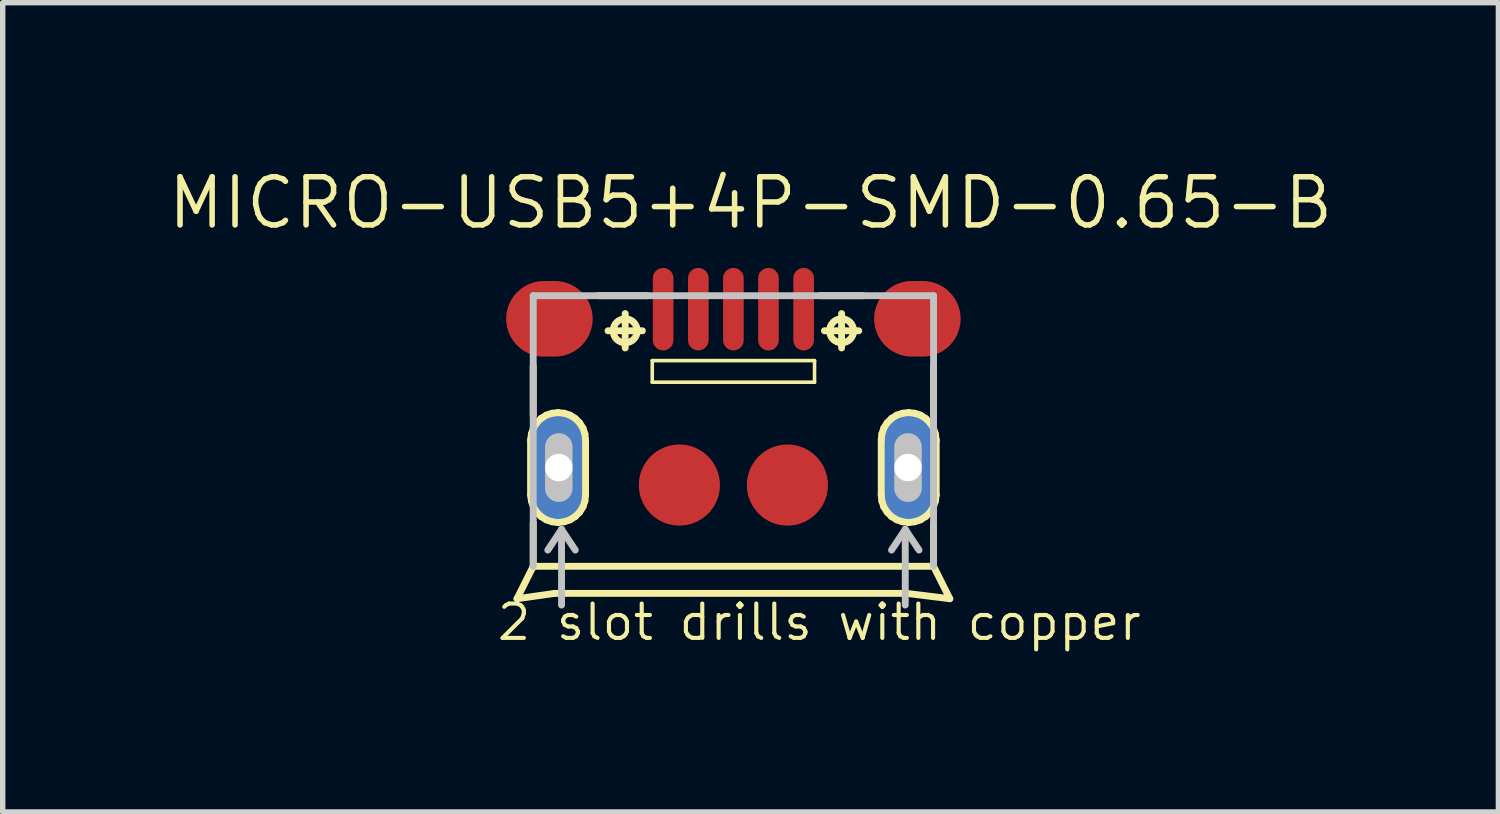
<source format=kicad_pcb>
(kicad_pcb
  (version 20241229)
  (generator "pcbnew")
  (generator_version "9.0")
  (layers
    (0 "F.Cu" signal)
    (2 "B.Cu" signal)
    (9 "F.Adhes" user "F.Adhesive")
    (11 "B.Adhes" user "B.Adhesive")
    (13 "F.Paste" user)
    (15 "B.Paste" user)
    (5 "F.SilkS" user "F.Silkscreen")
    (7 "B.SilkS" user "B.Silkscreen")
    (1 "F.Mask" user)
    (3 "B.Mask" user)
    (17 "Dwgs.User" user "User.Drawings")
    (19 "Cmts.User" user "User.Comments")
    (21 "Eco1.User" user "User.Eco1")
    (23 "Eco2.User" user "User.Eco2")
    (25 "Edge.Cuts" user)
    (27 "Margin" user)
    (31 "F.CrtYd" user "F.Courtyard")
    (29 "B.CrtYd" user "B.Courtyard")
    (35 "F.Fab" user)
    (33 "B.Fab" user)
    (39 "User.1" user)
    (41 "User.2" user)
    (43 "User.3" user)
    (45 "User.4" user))
  (footprint "MICRO-USB5+4P-SMD-0.65-B"
    (layer "F.Cu")
    (at 10.499 2.413)
    (property "Reference" "MICRO-USB5+4P-SMD-0.65-B" (at 0.318 -1.714 0) (layer "F.SilkS") (effects (font (size 0.889 0.889) (thickness 0.102))))
    (attr smd)
    (fp_line (start -3.747 2.667) (end -3.731 2.553) (stroke (width 0.127) (type solid)) (layer "F.SilkS"))
    (fp_line (start -3.747 3.683) (end -3.747 2.667) (stroke (width 0.127) (type solid)) (layer "F.SilkS"))
    (fp_line (start -3.731 2.553) (end -3.696 2.446) (stroke (width 0.127) (type solid)) (layer "F.SilkS"))
    (fp_line (start -3.731 3.795) (end -3.747 3.683) (stroke (width 0.127) (type solid)) (layer "F.SilkS"))
    (fp_line (start -3.698 2.2) (end -3.698 1.298) (stroke (width 0.127) (type solid)) (layer "F.SilkS"))
    (fp_line (start -3.698 4.999) (end -3.998 5.598) (stroke (width 0.127) (type solid)) (layer "F.SilkS"))
    (fp_line (start -3.698 4.999) (end -3.698 4.199) (stroke (width 0.127) (type solid)) (layer "F.SilkS"))
    (fp_line (start -3.698 4.999) (end 3.698 4.999) (stroke (width 0.127) (type solid)) (layer "F.SilkS"))
    (fp_line (start -3.696 2.446) (end -3.635 2.349) (stroke (width 0.127) (type solid)) (layer "F.SilkS"))
    (fp_line (start -3.696 3.901) (end -3.731 3.795) (stroke (width 0.127) (type solid)) (layer "F.SilkS"))
    (fp_line (start -3.635 2.349) (end -3.553 2.268) (stroke (width 0.127) (type solid)) (layer "F.SilkS"))
    (fp_line (start -3.635 3.998) (end -3.696 3.901) (stroke (width 0.127) (type solid)) (layer "F.SilkS"))
    (fp_line (start -3.553 2.268) (end -3.457 2.207) (stroke (width 0.127) (type solid)) (layer "F.SilkS"))
    (fp_line (start -3.553 4.079) (end -3.635 3.998) (stroke (width 0.127) (type solid)) (layer "F.SilkS"))
    (fp_line (start -3.457 2.207) (end -3.35 2.172) (stroke (width 0.127) (type solid)) (layer "F.SilkS"))
    (fp_line (start -3.457 4.14) (end -3.553 4.079) (stroke (width 0.127) (type solid)) (layer "F.SilkS"))
    (fp_line (start -3.35 2.172) (end -3.239 2.159) (stroke (width 0.127) (type solid)) (layer "F.SilkS"))
    (fp_line (start -3.35 4.176) (end -3.457 4.14) (stroke (width 0.127) (type solid)) (layer "F.SilkS"))
    (fp_line (start -3.299 5.499) (end -3.998 5.598) (stroke (width 0.127) (type solid)) (layer "F.SilkS"))
    (fp_line (start -3.299 5.499) (end 3.198 5.499) (stroke (width 0.127) (type solid)) (layer "F.SilkS"))
    (fp_line (start -3.239 2.159) (end -3.124 2.172) (stroke (width 0.127) (type solid)) (layer "F.SilkS"))
    (fp_line (start -3.239 4.191) (end -3.35 4.176) (stroke (width 0.127) (type solid)) (layer "F.SilkS"))
    (fp_line (start -3.124 2.172) (end -3.018 2.207) (stroke (width 0.127) (type solid)) (layer "F.SilkS"))
    (fp_line (start -3.124 4.176) (end -3.239 4.191) (stroke (width 0.127) (type solid)) (layer "F.SilkS"))
    (fp_line (start -3.018 2.207) (end -2.921 2.268) (stroke (width 0.127) (type solid)) (layer "F.SilkS"))
    (fp_line (start -3.018 4.14) (end -3.124 4.176) (stroke (width 0.127) (type solid)) (layer "F.SilkS"))
    (fp_line (start -2.921 2.268) (end -2.84 2.349) (stroke (width 0.127) (type solid)) (layer "F.SilkS"))
    (fp_line (start -2.921 4.079) (end -3.018 4.14) (stroke (width 0.127) (type solid)) (layer "F.SilkS"))
    (fp_line (start -2.84 2.349) (end -2.779 2.446) (stroke (width 0.127) (type solid)) (layer "F.SilkS"))
    (fp_line (start -2.84 3.998) (end -2.921 4.079) (stroke (width 0.127) (type solid)) (layer "F.SilkS"))
    (fp_line (start -2.779 2.446) (end -2.743 2.553) (stroke (width 0.127) (type solid)) (layer "F.SilkS"))
    (fp_line (start -2.779 3.901) (end -2.84 3.998) (stroke (width 0.127) (type solid)) (layer "F.SilkS"))
    (fp_line (start -2.743 2.553) (end -2.731 2.667) (stroke (width 0.127) (type solid)) (layer "F.SilkS"))
    (fp_line (start -2.743 3.795) (end -2.779 3.901) (stroke (width 0.127) (type solid)) (layer "F.SilkS"))
    (fp_line (start -2.731 2.667) (end -2.731 3.683) (stroke (width 0.127) (type solid)) (layer "F.SilkS"))
    (fp_line (start -2.731 3.683) (end -2.743 3.795) (stroke (width 0.127) (type solid)) (layer "F.SilkS"))
    (fp_line (start -2.499 0) (end -1.598 0) (stroke (width 0.127) (type solid)) (layer "F.SilkS"))
    (fp_line (start -2.316 0.648) (end -1.681 0.648) (stroke (width 0.127) (type solid)) (layer "F.SilkS"))
    (fp_line (start -1.999 0.965) (end -1.999 0.33) (stroke (width 0.127) (type solid)) (layer "F.SilkS"))
    (fp_line (start -1.499 1.199) (end 1.499 1.199) (stroke (width 0.066) (type solid)) (layer "F.SilkS"))
    (fp_line (start -1.499 1.598) (end -1.499 1.199) (stroke (width 0.066) (type solid)) (layer "F.SilkS"))
    (fp_line (start -1.499 1.598) (end 1.499 1.598) (stroke (width 0.066) (type solid)) (layer "F.SilkS"))
    (fp_line (start 1.499 1.598) (end 1.499 1.199) (stroke (width 0.066) (type solid)) (layer "F.SilkS"))
    (fp_line (start 1.598 0) (end 2.398 0) (stroke (width 0.127) (type solid)) (layer "F.SilkS"))
    (fp_line (start 1.681 0.648) (end 2.316 0.648) (stroke (width 0.127) (type solid)) (layer "F.SilkS"))
    (fp_line (start 1.999 0.965) (end 1.999 0.33) (stroke (width 0.127) (type solid)) (layer "F.SilkS"))
    (fp_line (start 2.731 2.667) (end 2.743 2.553) (stroke (width 0.127) (type solid)) (layer "F.SilkS"))
    (fp_line (start 2.731 3.683) (end 2.731 2.667) (stroke (width 0.127) (type solid)) (layer "F.SilkS"))
    (fp_line (start 2.743 2.553) (end 2.779 2.446) (stroke (width 0.127) (type solid)) (layer "F.SilkS"))
    (fp_line (start 2.743 3.795) (end 2.731 3.683) (stroke (width 0.127) (type solid)) (layer "F.SilkS"))
    (fp_line (start 2.779 2.446) (end 2.84 2.349) (stroke (width 0.127) (type solid)) (layer "F.SilkS"))
    (fp_line (start 2.779 3.901) (end 2.743 3.795) (stroke (width 0.127) (type solid)) (layer "F.SilkS"))
    (fp_line (start 2.84 2.349) (end 2.921 2.268) (stroke (width 0.127) (type solid)) (layer "F.SilkS"))
    (fp_line (start 2.84 3.998) (end 2.779 3.901) (stroke (width 0.127) (type solid)) (layer "F.SilkS"))
    (fp_line (start 2.921 2.268) (end 3.018 2.207) (stroke (width 0.127) (type solid)) (layer "F.SilkS"))
    (fp_line (start 2.921 4.079) (end 2.84 3.998) (stroke (width 0.127) (type solid)) (layer "F.SilkS"))
    (fp_line (start 3.018 2.207) (end 3.124 2.172) (stroke (width 0.127) (type solid)) (layer "F.SilkS"))
    (fp_line (start 3.018 4.14) (end 2.921 4.079) (stroke (width 0.127) (type solid)) (layer "F.SilkS"))
    (fp_line (start 3.124 2.172) (end 3.239 2.159) (stroke (width 0.127) (type solid)) (layer "F.SilkS"))
    (fp_line (start 3.124 4.176) (end 3.018 4.14) (stroke (width 0.127) (type solid)) (layer "F.SilkS"))
    (fp_line (start 3.198 5.499) (end 3.998 5.598) (stroke (width 0.127) (type solid)) (layer "F.SilkS"))
    (fp_line (start 3.239 2.159) (end 3.35 2.172) (stroke (width 0.127) (type solid)) (layer "F.SilkS"))
    (fp_line (start 3.239 4.191) (end 3.124 4.176) (stroke (width 0.127) (type solid)) (layer "F.SilkS"))
    (fp_line (start 3.35 2.172) (end 3.457 2.207) (stroke (width 0.127) (type solid)) (layer "F.SilkS"))
    (fp_line (start 3.35 4.176) (end 3.239 4.191) (stroke (width 0.127) (type solid)) (layer "F.SilkS"))
    (fp_line (start 3.457 2.207) (end 3.553 2.268) (stroke (width 0.127) (type solid)) (layer "F.SilkS"))
    (fp_line (start 3.457 4.14) (end 3.35 4.176) (stroke (width 0.127) (type solid)) (layer "F.SilkS"))
    (fp_line (start 3.553 2.268) (end 3.635 2.349) (stroke (width 0.127) (type solid)) (layer "F.SilkS"))
    (fp_line (start 3.553 4.079) (end 3.457 4.14) (stroke (width 0.127) (type solid)) (layer "F.SilkS"))
    (fp_line (start 3.635 2.349) (end 3.696 2.446) (stroke (width 0.127) (type solid)) (layer "F.SilkS"))
    (fp_line (start 3.635 3.998) (end 3.553 4.079) (stroke (width 0.127) (type solid)) (layer "F.SilkS"))
    (fp_line (start 3.696 2.446) (end 3.731 2.553) (stroke (width 0.127) (type solid)) (layer "F.SilkS"))
    (fp_line (start 3.696 3.901) (end 3.635 3.998) (stroke (width 0.127) (type solid)) (layer "F.SilkS"))
    (fp_line (start 3.698 1.298) (end 3.698 2.2) (stroke (width 0.127) (type solid)) (layer "F.SilkS"))
    (fp_line (start 3.698 4.199) (end 3.698 4.999) (stroke (width 0.127) (type solid)) (layer "F.SilkS"))
    (fp_line (start 3.698 4.999) (end 3.998 5.598) (stroke (width 0.127) (type solid)) (layer "F.SilkS"))
    (fp_line (start 3.731 2.553) (end 3.747 2.667) (stroke (width 0.127) (type solid)) (layer "F.SilkS"))
    (fp_line (start 3.731 3.795) (end 3.696 3.901) (stroke (width 0.127) (type solid)) (layer "F.SilkS"))
    (fp_line (start 3.747 2.667) (end 3.747 3.683) (stroke (width 0.127) (type solid)) (layer "F.SilkS"))
    (fp_line (start 3.747 3.683) (end 3.731 3.795) (stroke (width 0.127) (type solid)) (layer "F.SilkS"))
    (fp_circle (center -1.999 0.648) (end -2.156 0.805) (stroke (width 0.127) (type solid)) (fill no) (layer "F.SilkS"))
    (fp_circle (center 1.999 0.648) (end 2.156 0.805) (stroke (width 0.127) (type solid)) (fill no) (layer "F.SilkS"))
    (fp_line (start -3.698 0) (end 3.698 0) (stroke (width 0.127) (type solid)) (layer "Dwgs.User"))
    (fp_line (start -3.698 4.999) (end -3.698 0) (stroke (width 0.127) (type solid)) (layer "Dwgs.User"))
    (fp_line (start -3.226 2.794) (end -3.226 3.556) (stroke (width 0.508) (type solid)) (layer "Dwgs.User"))
    (fp_line (start -3.175 4.318) (end -3.429 4.699) (stroke (width 0.127) (type solid)) (layer "Dwgs.User"))
    (fp_line (start -3.175 4.318) (end -2.921 4.699) (stroke (width 0.127) (type solid)) (layer "Dwgs.User"))
    (fp_line (start -3.175 5.715) (end -3.175 4.318) (stroke (width 0.127) (type solid)) (layer "Dwgs.User"))
    (fp_line (start 3.175 4.318) (end 2.921 4.699) (stroke (width 0.127) (type solid)) (layer "Dwgs.User"))
    (fp_line (start 3.175 4.318) (end 3.429 4.699) (stroke (width 0.127) (type solid)) (layer "Dwgs.User"))
    (fp_line (start 3.175 5.715) (end 3.175 4.318) (stroke (width 0.127) (type solid)) (layer "Dwgs.User"))
    (fp_line (start 3.226 2.794) (end 3.226 3.556) (stroke (width 0.508) (type solid)) (layer "Dwgs.User"))
    (fp_line (start 3.698 0) (end 3.698 4.999) (stroke (width 0.127) (type solid)) (layer "Dwgs.User"))
    (fp_text user "2 slot drills with copper" (at 1.587 6.032 0) (layer "F.SilkS") (effects (font (size 0.635 0.635) (thickness 0.076))))
    (pad "1" smd oval (at -1.298 0.249 180) (size 0.381 1.524) (layers "F.Cu" "F.Mask" "F.Paste"))
    (pad "2" smd oval (at -0.648 0.249 180) (size 0.381 1.524) (layers "F.Cu" "F.Mask" "F.Paste"))
    (pad "3" smd oval (at 0 0.249 180) (size 0.381 1.524) (layers "F.Cu" "F.Mask" "F.Paste"))
    (pad "4" smd oval (at 0.648 0.249 180) (size 0.381 1.524) (layers "F.Cu" "F.Mask" "F.Paste"))
    (pad "5" smd oval (at 1.298 0.249 180) (size 0.381 1.524) (layers "F.Cu" "F.Mask" "F.Paste"))
    (pad "S1" smd oval (at -3.399 0.427 90) (size 1.397 1.598) (layers "F.Cu" "F.Mask" "F.Paste"))
    (pad "S2" thru_hole oval (at -3.226 3.175 180) (size 1.016 2.032) (drill 0.508) (layers "*.Cu" "*.Paste" "*.Mask"))
    (pad "S3" smd circle (at -0.998 3.498) (size 1.499 1.499) (layers "F.Cu" "F.Mask" "F.Paste"))
    (pad "S4" smd circle (at 0.998 3.498) (size 1.499 1.499) (layers "F.Cu" "F.Mask" "F.Paste"))
    (pad "S5" thru_hole oval (at 3.226 3.175 180) (size 1.016 2.032) (drill 0.508) (layers "*.Cu" "*.Paste" "*.Mask"))
    (pad "S6" smd oval (at 3.399 0.427 90) (size 1.397 1.598) (layers "F.Cu" "F.Mask" "F.Paste")))
  (gr_rect
    (start -3 -3)
    (end 24.632 11.951)
    (stroke (width 0.1) (type default))
    (fill no)
    (layer "Edge.Cuts")))
</source>
